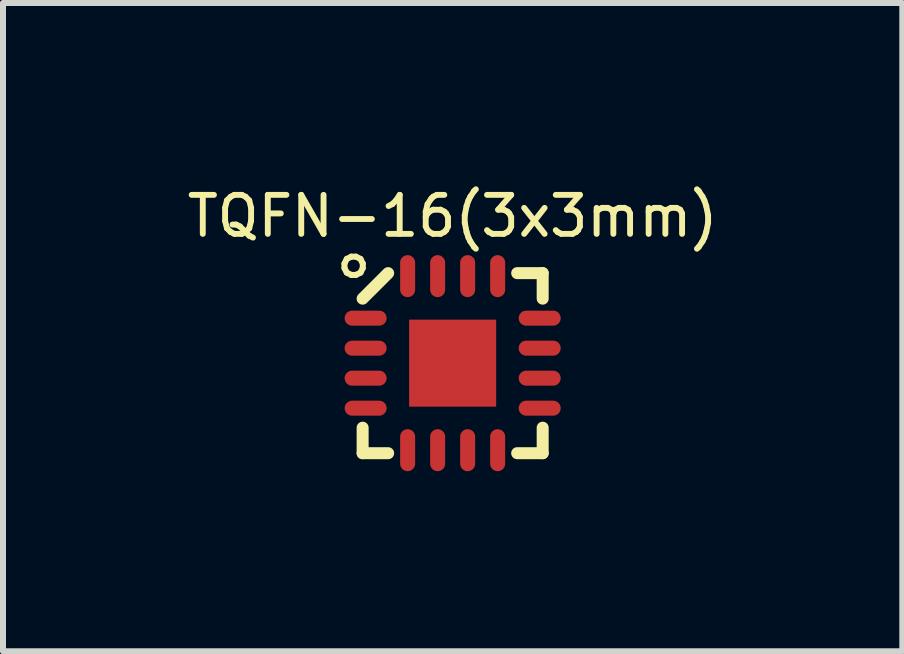
<source format=kicad_pcb>
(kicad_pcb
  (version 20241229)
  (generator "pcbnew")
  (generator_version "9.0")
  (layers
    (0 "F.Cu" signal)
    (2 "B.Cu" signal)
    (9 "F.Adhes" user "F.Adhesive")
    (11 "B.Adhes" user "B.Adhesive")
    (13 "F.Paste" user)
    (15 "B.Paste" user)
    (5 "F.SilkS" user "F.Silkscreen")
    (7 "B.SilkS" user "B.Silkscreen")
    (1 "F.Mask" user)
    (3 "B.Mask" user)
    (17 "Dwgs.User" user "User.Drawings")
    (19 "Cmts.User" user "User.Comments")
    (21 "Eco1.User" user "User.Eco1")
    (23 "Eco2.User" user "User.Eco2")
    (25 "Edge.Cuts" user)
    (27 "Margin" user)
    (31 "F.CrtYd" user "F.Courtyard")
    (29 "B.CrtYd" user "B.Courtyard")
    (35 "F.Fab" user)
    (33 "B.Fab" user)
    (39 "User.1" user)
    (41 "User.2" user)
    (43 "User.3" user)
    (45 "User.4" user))
  (footprint "TQFN-16(3x3mm)"
    (layer "F.Cu")
    (at 4.492 3.001)
    (property "Reference" "TQFN-16(3x3mm)" (at 0 -2.45 0) (layer "F.SilkS") (effects (font (size 0.65 0.65) (thickness 0.098))))
    (attr smd)
    (fp_line (start -1.5 -1.075) (end -1.075 -1.5) (stroke (width 0.2) (type solid)) (layer "F.SilkS"))
    (fp_line (start -1.5 1.5) (end -1.5 1.075) (stroke (width 0.2) (type solid)) (layer "F.SilkS"))
    (fp_line (start -1.5 1.5) (end -1.075 1.5) (stroke (width 0.2) (type solid)) (layer "F.SilkS"))
    (fp_line (start 1.5 -1.5) (end 1.075 -1.5) (stroke (width 0.2) (type solid)) (layer "F.SilkS"))
    (fp_line (start 1.5 -1.5) (end 1.5 -1.075) (stroke (width 0.2) (type solid)) (layer "F.SilkS"))
    (fp_line (start 1.5 1.5) (end 1.075 1.5) (stroke (width 0.2) (type solid)) (layer "F.SilkS"))
    (fp_line (start 1.5 1.5) (end 1.5 1.075) (stroke (width 0.2) (type solid)) (layer "F.SilkS"))
    (fp_text user "○" (at -1.65 -1.65 0) (layer "F.SilkS") (effects (font (size 0.4 0.4) (thickness 0.1))))
    (pad "1" smd oval (at -1.45 -0.75) (size 0.7 0.25) (layers "F.Cu" "F.Mask" "F.Paste"))
    (pad "2" smd oval (at -1.45 -0.25) (size 0.7 0.25) (layers "F.Cu" "F.Mask" "F.Paste"))
    (pad "3" smd oval (at -1.45 0.25) (size 0.7 0.25) (layers "F.Cu" "F.Mask" "F.Paste"))
    (pad "4" smd oval (at -1.45 0.75) (size 0.7 0.25) (layers "F.Cu" "F.Mask" "F.Paste"))
    (pad "5" smd oval (at -0.75 1.45 90) (size 0.7 0.25) (layers "F.Cu" "F.Mask" "F.Paste"))
    (pad "6" smd oval (at -0.25 1.45 90) (size 0.7 0.25) (layers "F.Cu" "F.Mask" "F.Paste"))
    (pad "7" smd oval (at 0.25 1.45 90) (size 0.7 0.25) (layers "F.Cu" "F.Mask" "F.Paste"))
    (pad "8" smd oval (at 0.75 1.45 90) (size 0.7 0.25) (layers "F.Cu" "F.Mask" "F.Paste"))
    (pad "9" smd oval (at 1.45 0.75) (size 0.7 0.25) (layers "F.Cu" "F.Mask" "F.Paste"))
    (pad "10" smd oval (at 1.45 0.25) (size 0.7 0.25) (layers "F.Cu" "F.Mask" "F.Paste"))
    (pad "11" smd oval (at 1.45 -0.25) (size 0.7 0.25) (layers "F.Cu" "F.Mask" "F.Paste"))
    (pad "12" smd oval (at 1.45 -0.75) (size 0.7 0.25) (layers "F.Cu" "F.Mask" "F.Paste"))
    (pad "13" smd oval (at 0.75 -1.45 90) (size 0.7 0.25) (layers "F.Cu" "F.Mask" "F.Paste"))
    (pad "14" smd oval (at 0.25 -1.45 90) (size 0.7 0.25) (layers "F.Cu" "F.Mask" "F.Paste"))
    (pad "15" smd oval (at -0.25 -1.45 90) (size 0.7 0.25) (layers "F.Cu" "F.Mask" "F.Paste"))
    (pad "16" smd oval (at -0.75 -1.45 90) (size 0.7 0.25) (layers "F.Cu" "F.Mask" "F.Paste"))
    (pad "17" smd rect (at 0 0 90) (size 1.45 1.45) (layers "F.Cu" "F.Mask" "F.Paste")))
  (gr_rect
    (start -3 -3)
    (end 11.984 7.801)
    (stroke (width 0.1) (type default))
    (fill no)
    (layer "Edge.Cuts")))
</source>
